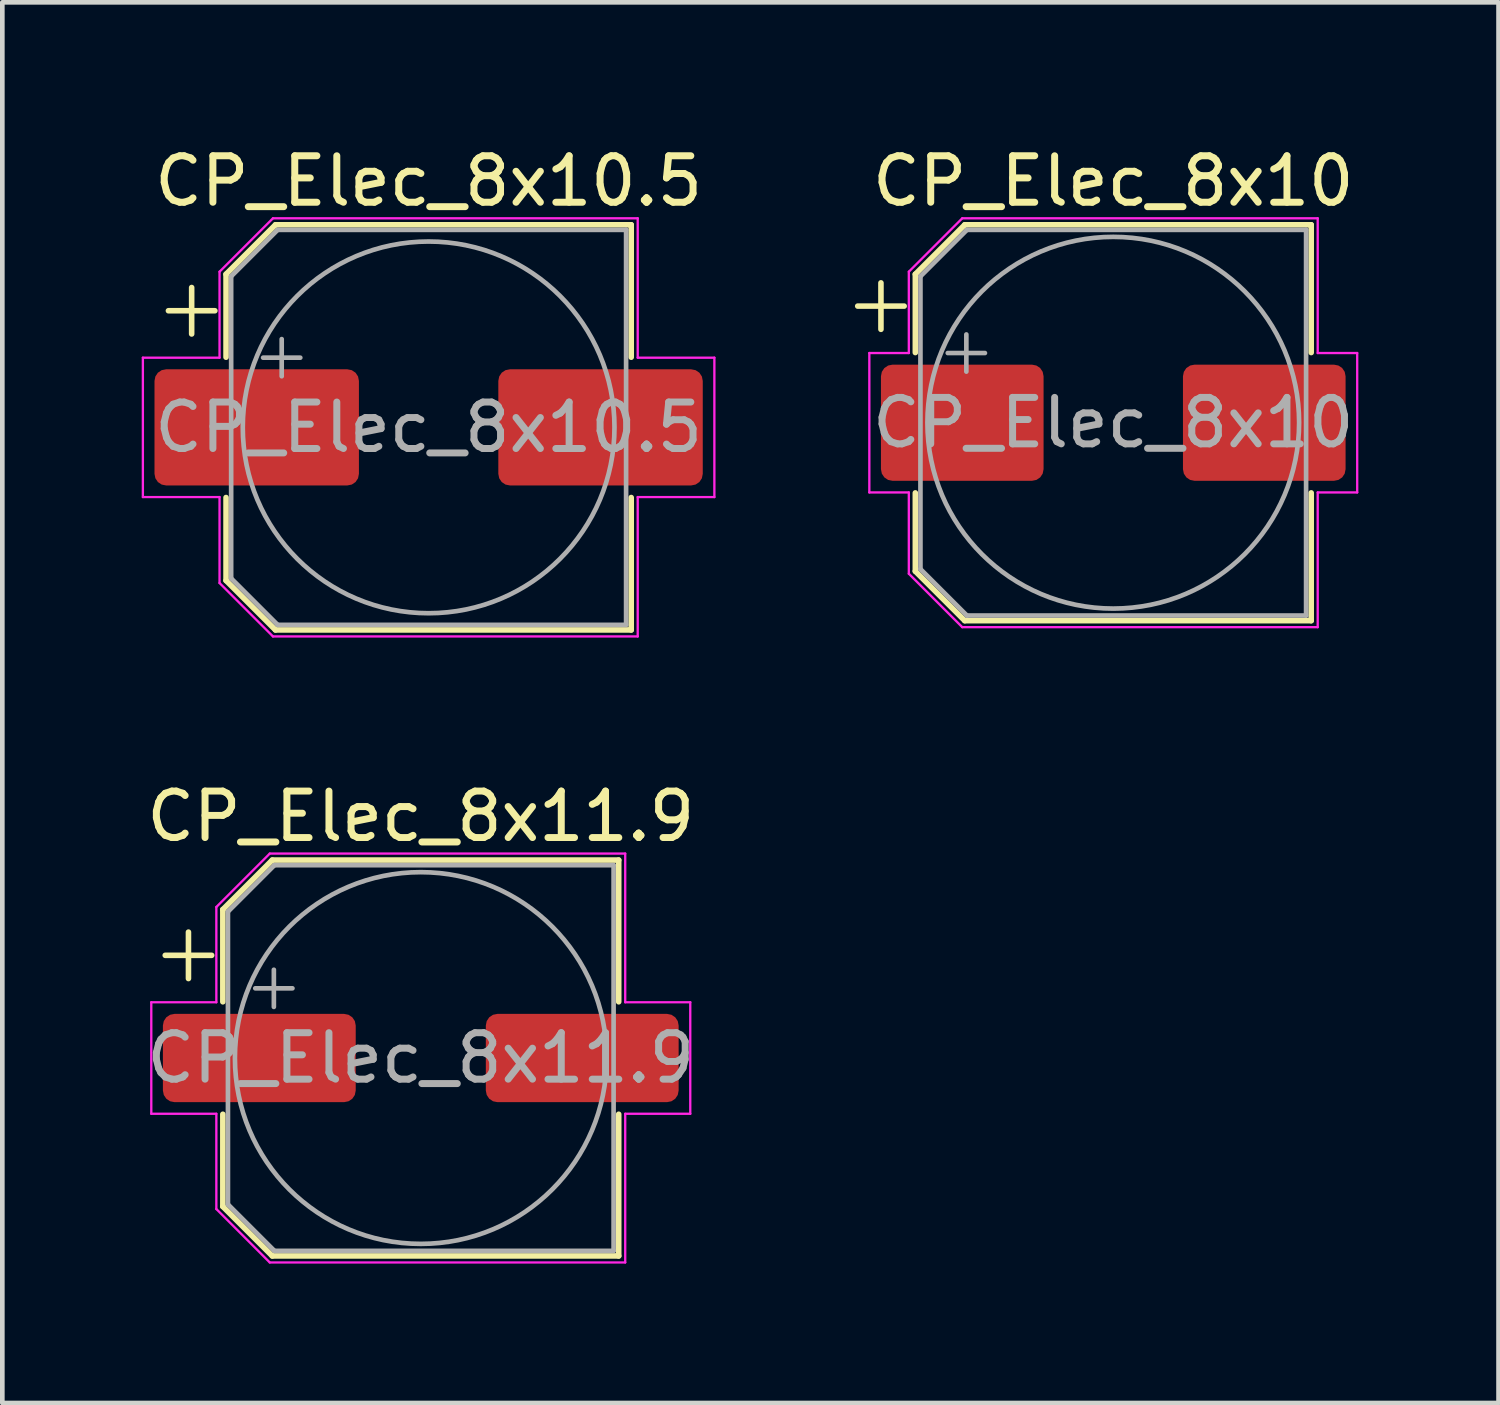
<source format=kicad_pcb>
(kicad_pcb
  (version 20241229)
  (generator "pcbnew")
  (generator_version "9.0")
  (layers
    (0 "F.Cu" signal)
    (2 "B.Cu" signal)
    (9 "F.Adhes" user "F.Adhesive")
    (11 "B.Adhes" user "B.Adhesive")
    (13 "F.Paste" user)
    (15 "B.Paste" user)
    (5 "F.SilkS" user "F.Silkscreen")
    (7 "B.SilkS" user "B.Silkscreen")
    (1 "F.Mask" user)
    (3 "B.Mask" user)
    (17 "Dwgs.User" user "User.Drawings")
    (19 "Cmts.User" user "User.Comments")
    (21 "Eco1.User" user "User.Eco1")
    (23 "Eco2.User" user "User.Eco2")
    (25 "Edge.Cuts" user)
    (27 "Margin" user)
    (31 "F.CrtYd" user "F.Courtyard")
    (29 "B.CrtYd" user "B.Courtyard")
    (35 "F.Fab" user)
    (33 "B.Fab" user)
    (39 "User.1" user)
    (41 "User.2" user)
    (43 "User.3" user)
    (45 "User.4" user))
  (footprint "CP_Elec_8x11.9"
    (layer "F.Cu")
    (at 6.006 19.721)
    (property "Reference" "CP_Elec_8x11.9" (at 0 -5.2 0) (layer "F.SilkS") (effects (font (size 1 1) (thickness 0.15))))
    (attr smd)
    (fp_line (start -5.5 -2.21) (end -4.5 -2.21) (stroke (width 0.12) (type solid)) (layer "F.SilkS"))
    (fp_line (start -5 -2.71) (end -5 -1.71) (stroke (width 0.12) (type solid)) (layer "F.SilkS"))
    (fp_line (start -4.26 -3.196) (end -4.26 -1.21) (stroke (width 0.12) (type solid)) (layer "F.SilkS"))
    (fp_line (start -4.26 -3.196) (end -3.196 -4.26) (stroke (width 0.12) (type solid)) (layer "F.SilkS"))
    (fp_line (start -4.26 3.196) (end -4.26 1.21) (stroke (width 0.12) (type solid)) (layer "F.SilkS"))
    (fp_line (start -4.26 3.196) (end -3.196 4.26) (stroke (width 0.12) (type solid)) (layer "F.SilkS"))
    (fp_line (start -3.196 -4.26) (end 4.26 -4.26) (stroke (width 0.12) (type solid)) (layer "F.SilkS"))
    (fp_line (start -3.196 4.26) (end 4.26 4.26) (stroke (width 0.12) (type solid)) (layer "F.SilkS"))
    (fp_line (start 4.26 -4.26) (end 4.26 -1.21) (stroke (width 0.12) (type solid)) (layer "F.SilkS"))
    (fp_line (start 4.26 4.26) (end 4.26 1.21) (stroke (width 0.12) (type solid)) (layer "F.SilkS"))
    (fp_line (start -5.8 -1.2) (end -5.8 1.2) (stroke (width 0.05) (type solid)) (layer "F.CrtYd"))
    (fp_line (start -5.8 1.2) (end -4.4 1.2) (stroke (width 0.05) (type solid)) (layer "F.CrtYd"))
    (fp_line (start -4.4 -3.25) (end -4.4 -1.2) (stroke (width 0.05) (type solid)) (layer "F.CrtYd"))
    (fp_line (start -4.4 -3.25) (end -3.25 -4.4) (stroke (width 0.05) (type solid)) (layer "F.CrtYd"))
    (fp_line (start -4.4 -1.2) (end -5.8 -1.2) (stroke (width 0.05) (type solid)) (layer "F.CrtYd"))
    (fp_line (start -4.4 1.2) (end -4.4 3.25) (stroke (width 0.05) (type solid)) (layer "F.CrtYd"))
    (fp_line (start -4.4 3.25) (end -3.25 4.4) (stroke (width 0.05) (type solid)) (layer "F.CrtYd"))
    (fp_line (start -3.25 -4.4) (end 4.4 -4.4) (stroke (width 0.05) (type solid)) (layer "F.CrtYd"))
    (fp_line (start -3.25 4.4) (end 4.4 4.4) (stroke (width 0.05) (type solid)) (layer "F.CrtYd"))
    (fp_line (start 4.4 -4.4) (end 4.4 -1.2) (stroke (width 0.05) (type solid)) (layer "F.CrtYd"))
    (fp_line (start 4.4 -1.2) (end 5.8 -1.2) (stroke (width 0.05) (type solid)) (layer "F.CrtYd"))
    (fp_line (start 4.4 1.2) (end 4.4 4.4) (stroke (width 0.05) (type solid)) (layer "F.CrtYd"))
    (fp_line (start 5.8 -1.2) (end 5.8 1.2) (stroke (width 0.05) (type solid)) (layer "F.CrtYd"))
    (fp_line (start 5.8 1.2) (end 4.4 1.2) (stroke (width 0.05) (type solid)) (layer "F.CrtYd"))
    (fp_line (start -4.15 -3.15) (end -4.15 3.15) (stroke (width 0.1) (type solid)) (layer "F.Fab"))
    (fp_line (start -4.15 -3.15) (end -3.15 -4.15) (stroke (width 0.1) (type solid)) (layer "F.Fab"))
    (fp_line (start -4.15 3.15) (end -3.15 4.15) (stroke (width 0.1) (type solid)) (layer "F.Fab"))
    (fp_line (start -3.562 -1.5) (end -2.762 -1.5) (stroke (width 0.1) (type solid)) (layer "F.Fab"))
    (fp_line (start -3.162 -1.9) (end -3.162 -1.1) (stroke (width 0.1) (type solid)) (layer "F.Fab"))
    (fp_line (start -3.15 -4.15) (end 4.15 -4.15) (stroke (width 0.1) (type solid)) (layer "F.Fab"))
    (fp_line (start -3.15 4.15) (end 4.15 4.15) (stroke (width 0.1) (type solid)) (layer "F.Fab"))
    (fp_line (start 4.15 -4.15) (end 4.15 4.15) (stroke (width 0.1) (type solid)) (layer "F.Fab"))
    (fp_circle (center 0 0) (end 4 0) (stroke (width 0.1) (type solid)) (fill no) (layer "F.Fab"))
    (fp_text user "${REFERENCE}" (at 0 0 0) (layer "F.Fab") (effects (font (size 1 1) (thickness 0.15))))
    (pad "1" smd roundrect (at -3.475 0) (size 4.15 1.9) (layers "F.Cu" "F.Mask" "F.Paste") (roundrect_rratio 0.132))
    (pad "2" smd roundrect (at 3.475 0) (size 4.15 1.9) (layers "F.Cu" "F.Mask" "F.Paste") (roundrect_rratio 0.132)))
  (footprint "CP_Elec_8x10"
    (layer "F.Cu")
    (at 20.91 6.048)
    (property "Reference" "CP_Elec_8x10" (at 0 -5.2 0) (layer "F.SilkS") (effects (font (size 1 1) (thickness 0.15))))
    (attr smd)
    (fp_line (start -5.5 -2.51) (end -4.5 -2.51) (stroke (width 0.12) (type solid)) (layer "F.SilkS"))
    (fp_line (start -5 -3.01) (end -5 -2.01) (stroke (width 0.12) (type solid)) (layer "F.SilkS"))
    (fp_line (start -4.26 -3.196) (end -4.26 -1.51) (stroke (width 0.12) (type solid)) (layer "F.SilkS"))
    (fp_line (start -4.26 -3.196) (end -3.196 -4.26) (stroke (width 0.12) (type solid)) (layer "F.SilkS"))
    (fp_line (start -4.26 3.196) (end -4.26 1.51) (stroke (width 0.12) (type solid)) (layer "F.SilkS"))
    (fp_line (start -4.26 3.196) (end -3.196 4.26) (stroke (width 0.12) (type solid)) (layer "F.SilkS"))
    (fp_line (start -3.196 -4.26) (end 4.26 -4.26) (stroke (width 0.12) (type solid)) (layer "F.SilkS"))
    (fp_line (start -3.196 4.26) (end 4.26 4.26) (stroke (width 0.12) (type solid)) (layer "F.SilkS"))
    (fp_line (start 4.26 -4.26) (end 4.26 -1.51) (stroke (width 0.12) (type solid)) (layer "F.SilkS"))
    (fp_line (start 4.26 4.26) (end 4.26 1.51) (stroke (width 0.12) (type solid)) (layer "F.SilkS"))
    (fp_line (start -5.25 -1.5) (end -5.25 1.5) (stroke (width 0.05) (type solid)) (layer "F.CrtYd"))
    (fp_line (start -5.25 1.5) (end -4.4 1.5) (stroke (width 0.05) (type solid)) (layer "F.CrtYd"))
    (fp_line (start -4.4 -3.25) (end -4.4 -1.5) (stroke (width 0.05) (type solid)) (layer "F.CrtYd"))
    (fp_line (start -4.4 -3.25) (end -3.25 -4.4) (stroke (width 0.05) (type solid)) (layer "F.CrtYd"))
    (fp_line (start -4.4 -1.5) (end -5.25 -1.5) (stroke (width 0.05) (type solid)) (layer "F.CrtYd"))
    (fp_line (start -4.4 1.5) (end -4.4 3.25) (stroke (width 0.05) (type solid)) (layer "F.CrtYd"))
    (fp_line (start -4.4 3.25) (end -3.25 4.4) (stroke (width 0.05) (type solid)) (layer "F.CrtYd"))
    (fp_line (start -3.25 -4.4) (end 4.4 -4.4) (stroke (width 0.05) (type solid)) (layer "F.CrtYd"))
    (fp_line (start -3.25 4.4) (end 4.4 4.4) (stroke (width 0.05) (type solid)) (layer "F.CrtYd"))
    (fp_line (start 4.4 -4.4) (end 4.4 -1.5) (stroke (width 0.05) (type solid)) (layer "F.CrtYd"))
    (fp_line (start 4.4 -1.5) (end 5.25 -1.5) (stroke (width 0.05) (type solid)) (layer "F.CrtYd"))
    (fp_line (start 4.4 1.5) (end 4.4 4.4) (stroke (width 0.05) (type solid)) (layer "F.CrtYd"))
    (fp_line (start 5.25 -1.5) (end 5.25 1.5) (stroke (width 0.05) (type solid)) (layer "F.CrtYd"))
    (fp_line (start 5.25 1.5) (end 4.4 1.5) (stroke (width 0.05) (type solid)) (layer "F.CrtYd"))
    (fp_line (start -4.15 -3.15) (end -4.15 3.15) (stroke (width 0.1) (type solid)) (layer "F.Fab"))
    (fp_line (start -4.15 -3.15) (end -3.15 -4.15) (stroke (width 0.1) (type solid)) (layer "F.Fab"))
    (fp_line (start -4.15 3.15) (end -3.15 4.15) (stroke (width 0.1) (type solid)) (layer "F.Fab"))
    (fp_line (start -3.562 -1.5) (end -2.762 -1.5) (stroke (width 0.1) (type solid)) (layer "F.Fab"))
    (fp_line (start -3.162 -1.9) (end -3.162 -1.1) (stroke (width 0.1) (type solid)) (layer "F.Fab"))
    (fp_line (start -3.15 -4.15) (end 4.15 -4.15) (stroke (width 0.1) (type solid)) (layer "F.Fab"))
    (fp_line (start -3.15 4.15) (end 4.15 4.15) (stroke (width 0.1) (type solid)) (layer "F.Fab"))
    (fp_line (start 4.15 -4.15) (end 4.15 4.15) (stroke (width 0.1) (type solid)) (layer "F.Fab"))
    (fp_circle (center 0 0) (end 4 0) (stroke (width 0.1) (type solid)) (fill no) (layer "F.Fab"))
    (fp_text user "${REFERENCE}" (at 0 0 0) (layer "F.Fab") (effects (font (size 1 1) (thickness 0.15))))
    (pad "1" smd roundrect (at -3.25 0) (size 3.5 2.5) (layers "F.Cu" "F.Mask" "F.Paste") (roundrect_rratio 0.1))
    (pad "2" smd roundrect (at 3.25 0) (size 3.5 2.5) (layers "F.Cu" "F.Mask" "F.Paste") (roundrect_rratio 0.1)))
  (footprint "CP_Elec_8x10.5"
    (layer "F.Cu")
    (at 6.175 6.148)
    (property "Reference" "CP_Elec_8x10.5" (at 0 -5.3 0) (layer "F.SilkS") (effects (font (size 1 1) (thickness 0.15))))
    (attr smd)
    (fp_line (start -5.6 -2.51) (end -4.6 -2.51) (stroke (width 0.12) (type solid)) (layer "F.SilkS"))
    (fp_line (start -5.1 -3.01) (end -5.1 -2.01) (stroke (width 0.12) (type solid)) (layer "F.SilkS"))
    (fp_line (start -4.36 -3.296) (end -4.36 -1.51) (stroke (width 0.12) (type solid)) (layer "F.SilkS"))
    (fp_line (start -4.36 -3.296) (end -3.296 -4.36) (stroke (width 0.12) (type solid)) (layer "F.SilkS"))
    (fp_line (start -4.36 3.296) (end -4.36 1.51) (stroke (width 0.12) (type solid)) (layer "F.SilkS"))
    (fp_line (start -4.36 3.296) (end -3.296 4.36) (stroke (width 0.12) (type solid)) (layer "F.SilkS"))
    (fp_line (start -3.296 -4.36) (end 4.36 -4.36) (stroke (width 0.12) (type solid)) (layer "F.SilkS"))
    (fp_line (start -3.296 4.36) (end 4.36 4.36) (stroke (width 0.12) (type solid)) (layer "F.SilkS"))
    (fp_line (start 4.36 -4.36) (end 4.36 -1.51) (stroke (width 0.12) (type solid)) (layer "F.SilkS"))
    (fp_line (start 4.36 4.36) (end 4.36 1.51) (stroke (width 0.12) (type solid)) (layer "F.SilkS"))
    (fp_line (start -6.15 -1.5) (end -6.15 1.5) (stroke (width 0.05) (type solid)) (layer "F.CrtYd"))
    (fp_line (start -6.15 1.5) (end -4.5 1.5) (stroke (width 0.05) (type solid)) (layer "F.CrtYd"))
    (fp_line (start -4.5 -3.35) (end -4.5 -1.5) (stroke (width 0.05) (type solid)) (layer "F.CrtYd"))
    (fp_line (start -4.5 -3.35) (end -3.35 -4.5) (stroke (width 0.05) (type solid)) (layer "F.CrtYd"))
    (fp_line (start -4.5 -1.5) (end -6.15 -1.5) (stroke (width 0.05) (type solid)) (layer "F.CrtYd"))
    (fp_line (start -4.5 1.5) (end -4.5 3.35) (stroke (width 0.05) (type solid)) (layer "F.CrtYd"))
    (fp_line (start -4.5 3.35) (end -3.35 4.5) (stroke (width 0.05) (type solid)) (layer "F.CrtYd"))
    (fp_line (start -3.35 -4.5) (end 4.5 -4.5) (stroke (width 0.05) (type solid)) (layer "F.CrtYd"))
    (fp_line (start -3.35 4.5) (end 4.5 4.5) (stroke (width 0.05) (type solid)) (layer "F.CrtYd"))
    (fp_line (start 4.5 -4.5) (end 4.5 -1.5) (stroke (width 0.05) (type solid)) (layer "F.CrtYd"))
    (fp_line (start 4.5 -1.5) (end 6.15 -1.5) (stroke (width 0.05) (type solid)) (layer "F.CrtYd"))
    (fp_line (start 4.5 1.5) (end 4.5 4.5) (stroke (width 0.05) (type solid)) (layer "F.CrtYd"))
    (fp_line (start 6.15 -1.5) (end 6.15 1.5) (stroke (width 0.05) (type solid)) (layer "F.CrtYd"))
    (fp_line (start 6.15 1.5) (end 4.5 1.5) (stroke (width 0.05) (type solid)) (layer "F.CrtYd"))
    (fp_line (start -4.25 -3.25) (end -4.25 3.25) (stroke (width 0.1) (type solid)) (layer "F.Fab"))
    (fp_line (start -4.25 -3.25) (end -3.25 -4.25) (stroke (width 0.1) (type solid)) (layer "F.Fab"))
    (fp_line (start -4.25 3.25) (end -3.25 4.25) (stroke (width 0.1) (type solid)) (layer "F.Fab"))
    (fp_line (start -3.562 -1.5) (end -2.762 -1.5) (stroke (width 0.1) (type solid)) (layer "F.Fab"))
    (fp_line (start -3.25 -4.25) (end 4.25 -4.25) (stroke (width 0.1) (type solid)) (layer "F.Fab"))
    (fp_line (start -3.25 4.25) (end 4.25 4.25) (stroke (width 0.1) (type solid)) (layer "F.Fab"))
    (fp_line (start -3.162 -1.9) (end -3.162 -1.1) (stroke (width 0.1) (type solid)) (layer "F.Fab"))
    (fp_line (start 4.25 -4.25) (end 4.25 4.25) (stroke (width 0.1) (type solid)) (layer "F.Fab"))
    (fp_circle (center 0 0) (end 4 0) (stroke (width 0.1) (type solid)) (fill no) (layer "F.Fab"))
    (fp_text user "${REFERENCE}" (at 0 0 0) (layer "F.Fab") (effects (font (size 1 1) (thickness 0.15))))
    (pad "1" smd roundrect (at -3.7 0) (size 4.4 2.5) (layers "F.Cu" "F.Mask" "F.Paste") (roundrect_rratio 0.1))
    (pad "2" smd roundrect (at 3.7 0) (size 4.4 2.5) (layers "F.Cu" "F.Mask" "F.Paste") (roundrect_rratio 0.1)))
  (gr_rect
    (start -3 -3)
    (end 29.202 27.146)
    (stroke (width 0.1) (type default))
    (fill no)
    (layer "Edge.Cuts")))
</source>
